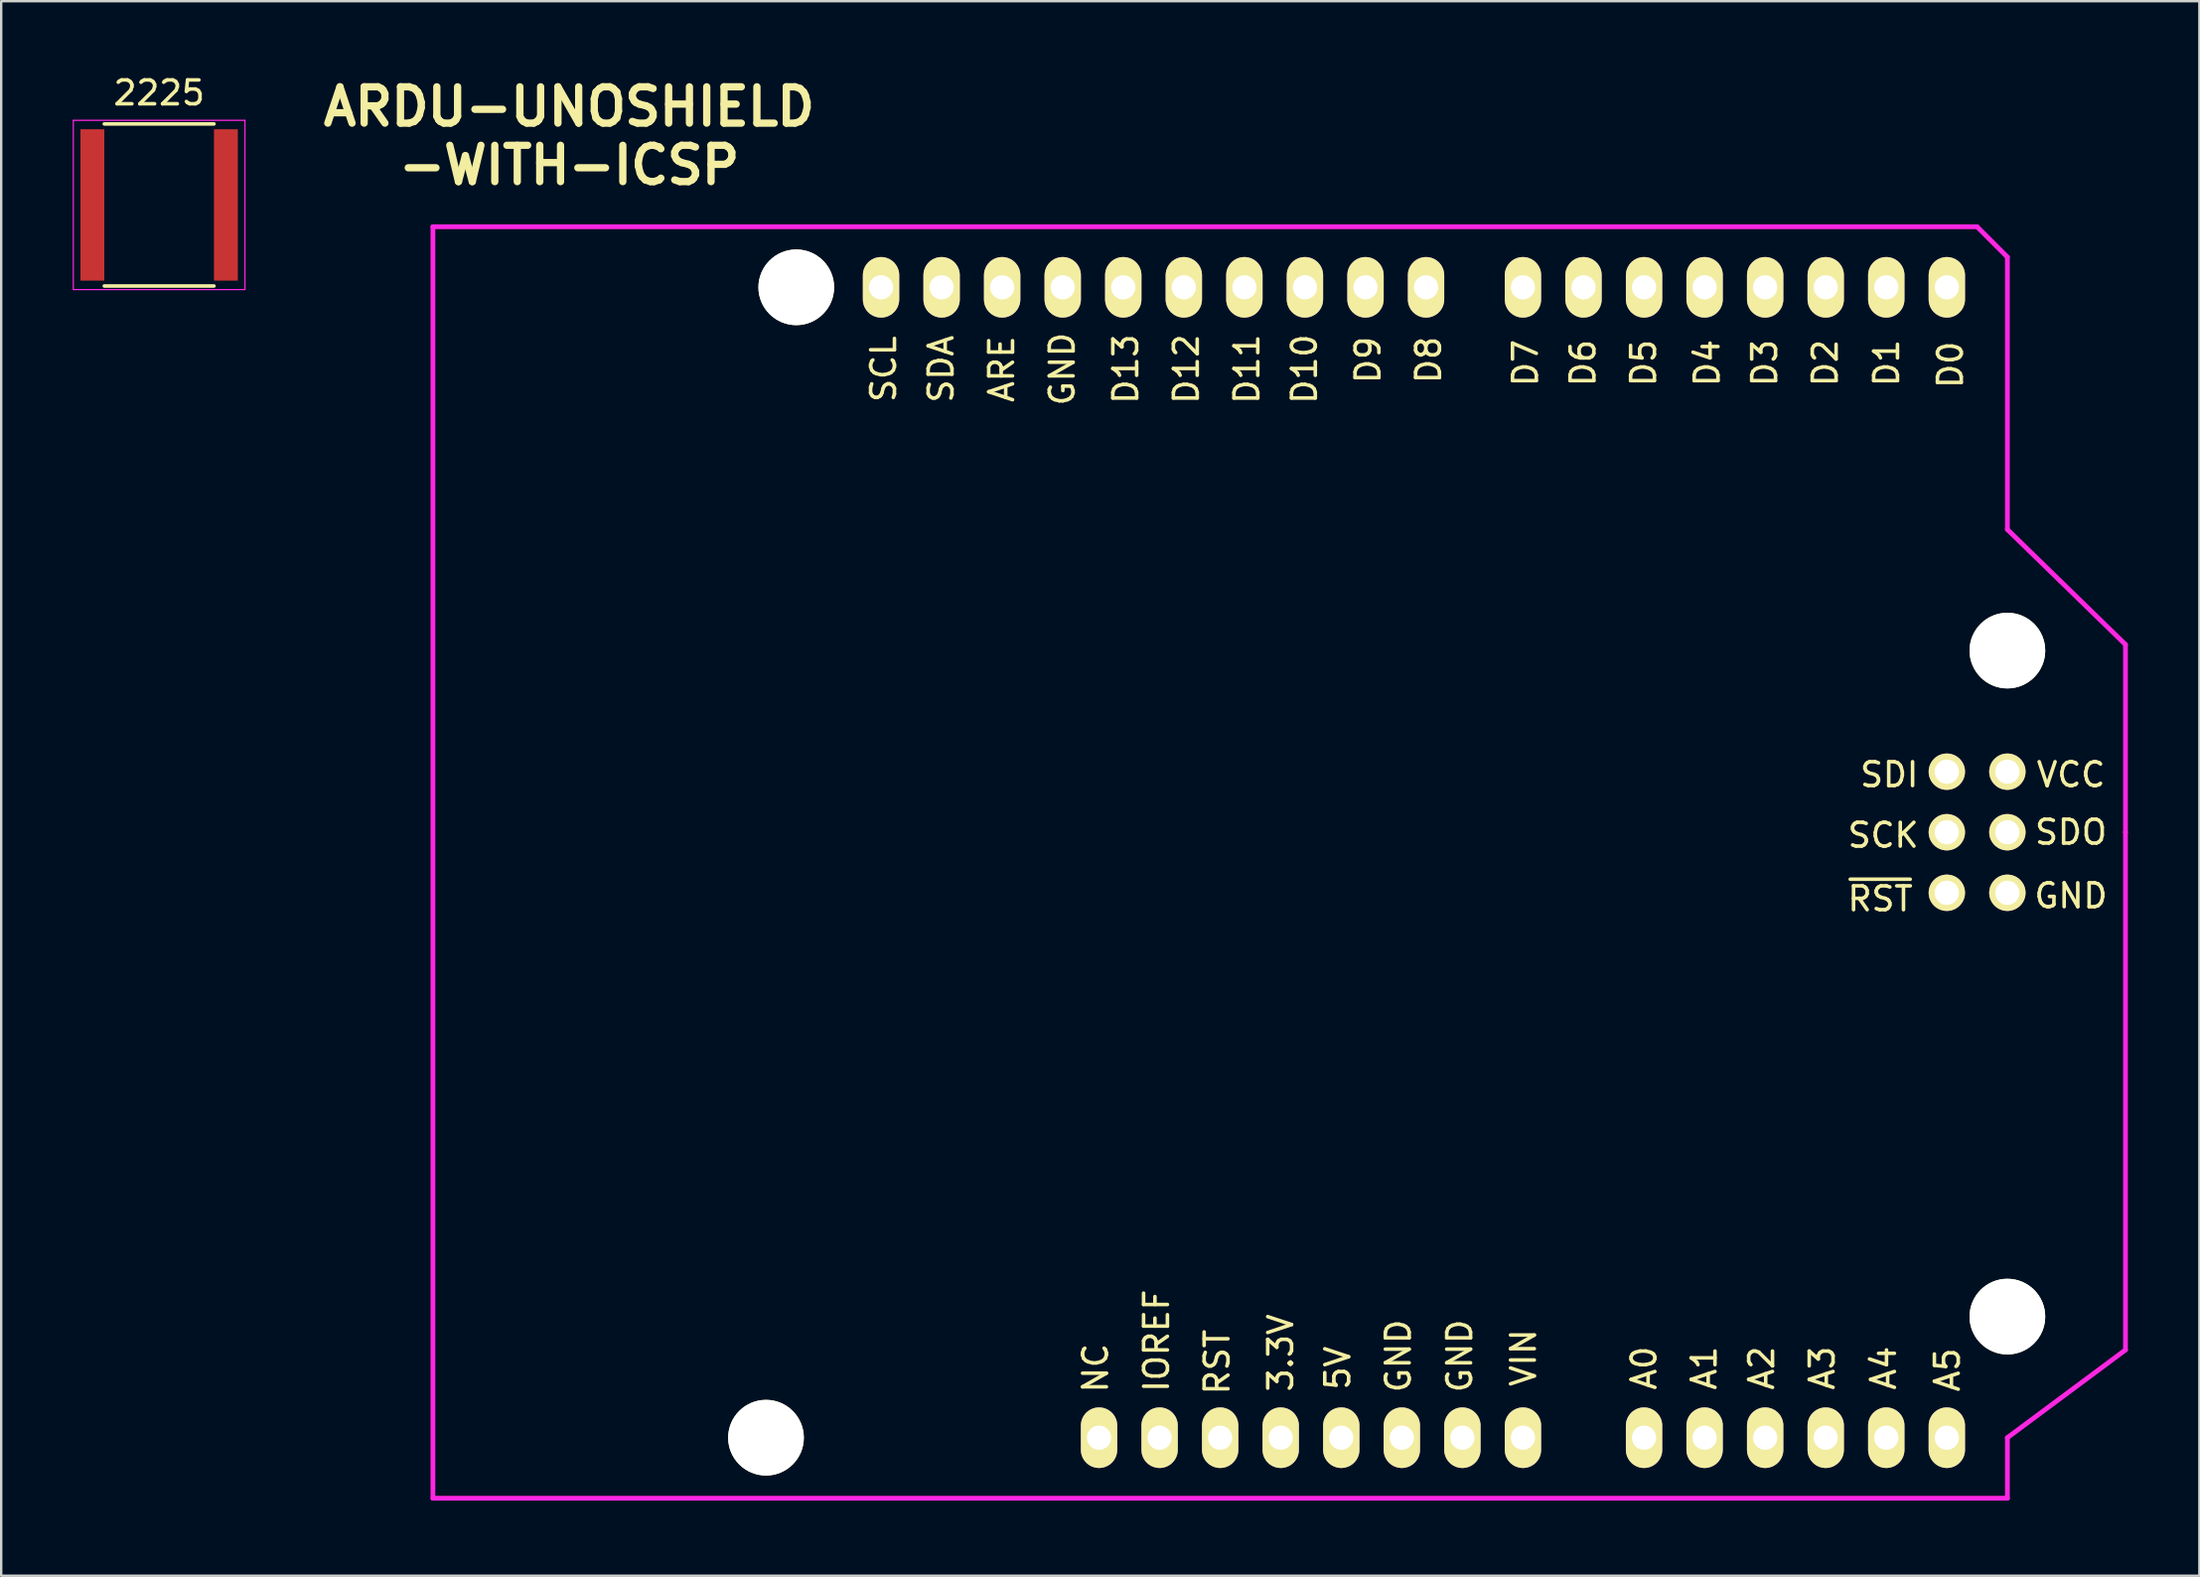
<source format=kicad_pcb>
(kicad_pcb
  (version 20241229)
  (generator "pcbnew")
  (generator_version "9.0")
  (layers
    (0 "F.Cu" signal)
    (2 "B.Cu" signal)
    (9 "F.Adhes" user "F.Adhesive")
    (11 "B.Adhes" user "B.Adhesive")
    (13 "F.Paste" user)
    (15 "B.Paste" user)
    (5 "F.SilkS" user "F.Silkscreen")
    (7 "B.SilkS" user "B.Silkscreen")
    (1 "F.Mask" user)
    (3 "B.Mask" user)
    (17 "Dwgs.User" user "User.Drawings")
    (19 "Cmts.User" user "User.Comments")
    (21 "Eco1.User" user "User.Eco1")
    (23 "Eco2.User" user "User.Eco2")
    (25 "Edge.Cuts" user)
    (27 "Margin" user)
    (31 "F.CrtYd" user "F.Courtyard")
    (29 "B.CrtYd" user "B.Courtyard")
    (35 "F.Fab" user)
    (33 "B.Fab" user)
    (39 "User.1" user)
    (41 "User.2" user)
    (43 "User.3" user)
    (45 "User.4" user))
  (footprint "2225"
    (layer "F.Cu")
    (at 3.625 5.548)
    (property "Reference" "2225" (at 0 -4.7 0) (layer "F.SilkS") (effects (font (size 1 1) (thickness 0.15))))
    (attr smd)
    (fp_line (start -2.3 3.4) (end 2.3 3.4) (stroke (width 0.15) (type solid)) (layer "F.SilkS"))
    (fp_line (start 2.3 -3.4) (end -2.3 -3.4) (stroke (width 0.15) (type solid)) (layer "F.SilkS"))
    (fp_line (start -3.6 -3.55) (end -3.6 3.55) (stroke (width 0.05) (type solid)) (layer "F.CrtYd"))
    (fp_line (start -3.6 -3.55) (end 3.6 -3.55) (stroke (width 0.05) (type solid)) (layer "F.CrtYd"))
    (fp_line (start -3.6 3.55) (end 3.6 3.55) (stroke (width 0.05) (type solid)) (layer "F.CrtYd"))
    (fp_line (start 3.6 -3.55) (end 3.6 3.55) (stroke (width 0.05) (type solid)) (layer "F.CrtYd"))
    (pad "1" smd rect (at -2.8 0) (size 1 6.35) (layers "F.Cu" "F.Mask" "F.Paste"))
    (pad "2" smd rect (at 2.8 0) (size 1 6.35) (layers "F.Cu" "F.Mask" "F.Paste")))
  (footprint "ARDU-UNOSHIELD\n-WITH-ICSP"
    (layer "F.Cu")
    (at 15.109 59.803)
    (property "Reference" "ARDU-UNOSHIELD\n-WITH-ICSP" (at 5.715 -57.15 0) (layer "F.SilkS") (effects (font (size 1.524 1.524) (thickness 0.305))))
    (attr through_hole)
    (fp_line (start 0 0) (end 0 -53.34) (stroke (width 0.2) (type solid)) (layer "F.CrtYd"))
    (fp_line (start 0 0) (end 66.04 0) (stroke (width 0.2) (type solid)) (layer "F.CrtYd"))
    (fp_line (start 64.77 -53.34) (end 0 -53.34) (stroke (width 0.2) (type solid)) (layer "F.CrtYd"))
    (fp_line (start 66.04 -52.07) (end 64.77 -53.34) (stroke (width 0.2) (type solid)) (layer "F.CrtYd"))
    (fp_line (start 66.04 -40.64) (end 66.04 -52.07) (stroke (width 0.2) (type solid)) (layer "F.CrtYd"))
    (fp_line (start 66.04 -40.64) (end 70.993 -35.814) (stroke (width 0.2) (type solid)) (layer "F.CrtYd"))
    (fp_line (start 66.04 -2.54) (end 66.04 0) (stroke (width 0.2) (type solid)) (layer "F.CrtYd"))
    (fp_line (start 66.04 -2.54) (end 70.993 -6.223) (stroke (width 0.2) (type solid)) (layer "F.CrtYd"))
    (fp_line (start 70.993 -35.814) (end 70.993 -27.94) (stroke (width 0.2) (type solid)) (layer "F.CrtYd"))
    (fp_line (start 70.993 -27.94) (end 70.993 -6.223) (stroke (width 0.2) (type solid)) (layer "F.CrtYd"))
    (fp_text user "VIN" (at 45.743 -5.894 90) (layer "F.SilkS") (effects (font (size 1 1) (thickness 0.15))))
    (fp_text user "D5" (at 50.78 -47.625 90) (layer "F.SilkS") (effects (font (size 1 1) (thickness 0.15))))
    (fp_text user "RST" (at 32.893 -5.715 90) (layer "F.SilkS") (effects (font (size 1 1) (thickness 0.15))))
    (fp_text user "3.3V" (at 35.56 -6.096 90) (layer "F.SilkS") (effects (font (size 1 1) (thickness 0.15))))
    (fp_text user "VCC" (at 68.707 -30.353 0) (layer "F.SilkS") (effects (font (size 1 1) (thickness 0.15))))
    (fp_text user "SDI" (at 61.087 -30.353 0) (layer "F.SilkS") (effects (font (size 1 1) (thickness 0.15))))
    (fp_text user "SDO" (at 68.707 -27.94 0) (layer "F.SilkS") (effects (font (size 1 1) (thickness 0.15))))
    (fp_text user "GND" (at 68.707 -25.273 0) (layer "F.SilkS") (effects (font (size 1 1) (thickness 0.15))))
    (fp_text user "D0" (at 63.65 -47.55 90) (layer "F.SilkS") (effects (font (size 1 1) (thickness 0.15))))
    (fp_text user "SCK" (at 60.833 -27.813 0) (layer "F.SilkS") (effects (font (size 1 1) (thickness 0.15))))
    (fp_text user "A5" (at 63.523 -5.386 90) (layer "F.SilkS") (effects (font (size 1 1) (thickness 0.15))))
    (fp_text user "GND" (at 26.396 -47.371 90) (layer "F.SilkS") (effects (font (size 1 1) (thickness 0.15))))
    (fp_text user "D10" (at 36.556 -47.371 90) (layer "F.SilkS") (effects (font (size 1 1) (thickness 0.15))))
    (fp_text user "A0" (at 50.8 -5.461 90) (layer "F.SilkS") (effects (font (size 1 1) (thickness 0.15))))
    (fp_text user "D13" (at 29.063 -47.371 90) (layer "F.SilkS") (effects (font (size 1 1) (thickness 0.15))))
    (fp_text user "D11" (at 34.143 -47.371 90) (layer "F.SilkS") (effects (font (size 1 1) (thickness 0.15))))
    (fp_text user "D12" (at 31.603 -47.371 90) (layer "F.SilkS") (effects (font (size 1 1) (thickness 0.15))))
    (fp_text user "A4" (at 60.848 -5.461 90) (layer "F.SilkS") (effects (font (size 1 1) (thickness 0.15))))
    (fp_text user "A2" (at 55.733 -5.461 90) (layer "F.SilkS") (effects (font (size 1 1) (thickness 0.15))))
    (fp_text user "D9" (at 39.223 -47.752 90) (layer "F.SilkS") (effects (font (size 1 1) (thickness 0.15))))
    (fp_text user "NC" (at 27.793 -5.461 90) (layer "F.SilkS") (effects (font (size 1 1) (thickness 0.15))))
    (fp_text user "D3" (at 55.86 -47.625 90) (layer "F.SilkS") (effects (font (size 1 1) (thickness 0.15))))
    (fp_text user "D8" (at 41.763 -47.752 90) (layer "F.SilkS") (effects (font (size 1 1) (thickness 0.15))))
    (fp_text user "IOREF" (at 30.353 -6.604 90) (layer "F.SilkS") (effects (font (size 1 1) (thickness 0.15))))
    (fp_text user "5V" (at 37.953 -5.461 90) (layer "F.SilkS") (effects (font (size 1 1) (thickness 0.15))))
    (fp_text user "~{RST}" (at 60.706 -25.146 0) (layer "F.SilkS") (effects (font (size 1 1) (thickness 0.15))))
    (fp_text user "ARE" (at 23.856 -47.371 90) (layer "F.SilkS") (effects (font (size 1 1) (thickness 0.15))))
    (fp_text user "D6" (at 48.24 -47.625 90) (layer "F.SilkS") (effects (font (size 1 1) (thickness 0.15))))
    (fp_text user "GND" (at 40.493 -5.969 90) (layer "F.SilkS") (effects (font (size 1 1) (thickness 0.15))))
    (fp_text user "SCL" (at 18.903 -47.371 90) (layer "F.SilkS") (effects (font (size 1 1) (thickness 0.15))))
    (fp_text user "D7" (at 45.827 -47.625 90) (layer "F.SilkS") (effects (font (size 1 1) (thickness 0.15))))
    (fp_text user "GND" (at 43.068 -5.969 90) (layer "F.SilkS") (effects (font (size 1 1) (thickness 0.15))))
    (fp_text user "D4" (at 53.447 -47.625 90) (layer "F.SilkS") (effects (font (size 1 1) (thickness 0.15))))
    (fp_text user "SDA" (at 21.316 -47.371 90) (layer "F.SilkS") (effects (font (size 1 1) (thickness 0.15))))
    (fp_text user "D2" (at 58.4 -47.625 90) (layer "F.SilkS") (effects (font (size 1 1) (thickness 0.15))))
    (fp_text user "A3" (at 58.273 -5.461 90) (layer "F.SilkS") (effects (font (size 1 1) (thickness 0.15))))
    (fp_text user "D1" (at 60.975 -47.625 90) (layer "F.SilkS") (effects (font (size 1 1) (thickness 0.15))))
    (fp_text user "A1" (at 53.32 -5.461 90) (layer "F.SilkS") (effects (font (size 1 1) (thickness 0.15))))
    (pad "" np_thru_hole circle (at 13.97 -2.54 90) (size 3.175 3.175) (drill 3.175) (layers "*.Cu" "*.Mask" "F.SilkS"))
    (pad "" np_thru_hole circle (at 15.24 -50.8 90) (size 3.175 3.175) (drill 3.175) (layers "*.Cu" "*.Mask" "F.SilkS"))
    (pad "" np_thru_hole circle (at 66.04 -35.56 90) (size 3.175 3.175) (drill 3.175) (layers "*.Cu" "*.Mask" "F.SilkS"))
    (pad "" np_thru_hole circle (at 66.04 -7.62 90) (size 3.175 3.175) (drill 3.175) (layers "*.Cu" "*.Mask" "F.SilkS"))
    (pad "3V3" thru_hole oval (at 35.56 -2.54 90) (size 2.54 1.524) (drill 1.016) (layers "*.Cu" "*.Mask" "F.SilkS"))
    (pad "5V" thru_hole oval (at 38.1 -2.54 90) (size 2.54 1.524) (drill 1.016) (layers "*.Cu" "*.Mask" "F.SilkS"))
    (pad "A0" thru_hole oval (at 50.8 -2.54 90) (size 2.54 1.524) (drill 1.016) (layers "*.Cu" "*.Mask" "F.SilkS"))
    (pad "A1" thru_hole oval (at 53.34 -2.54 90) (size 2.54 1.524) (drill 1.016) (layers "*.Cu" "*.Mask" "F.SilkS"))
    (pad "A2" thru_hole oval (at 55.88 -2.54 90) (size 2.54 1.524) (drill 1.016) (layers "*.Cu" "*.Mask" "F.SilkS"))
    (pad "A3" thru_hole oval (at 58.42 -2.54 90) (size 2.54 1.524) (drill 1.016) (layers "*.Cu" "*.Mask" "F.SilkS"))
    (pad "A4" thru_hole oval (at 60.96 -2.54 90) (size 2.54 1.524) (drill 1.016) (layers "*.Cu" "*.Mask" "F.SilkS"))
    (pad "A5" thru_hole oval (at 63.5 -2.54 90) (size 2.54 1.524) (drill 1.016) (layers "*.Cu" "*.Mask" "F.SilkS"))
    (pad "AREF" thru_hole oval (at 23.876 -50.8 90) (size 2.54 1.524) (drill 1.016) (layers "*.Cu" "*.Mask" "F.SilkS"))
    (pad "D0" thru_hole oval (at 63.5 -50.8 90) (size 2.54 1.524) (drill 1.016) (layers "*.Cu" "*.Mask" "F.SilkS"))
    (pad "D1" thru_hole oval (at 60.96 -50.8 90) (size 2.54 1.524) (drill 1.016) (layers "*.Cu" "*.Mask" "F.SilkS"))
    (pad "D2" thru_hole oval (at 58.42 -50.8 90) (size 2.54 1.524) (drill 1.016) (layers "*.Cu" "*.Mask" "F.SilkS"))
    (pad "D3" thru_hole oval (at 55.88 -50.8 90) (size 2.54 1.524) (drill 1.016) (layers "*.Cu" "*.Mask" "F.SilkS"))
    (pad "D4" thru_hole oval (at 53.34 -50.8 90) (size 2.54 1.524) (drill 1.016) (layers "*.Cu" "*.Mask" "F.SilkS"))
    (pad "D5" thru_hole oval (at 50.8 -50.8 90) (size 2.54 1.524) (drill 1.016) (layers "*.Cu" "*.Mask" "F.SilkS"))
    (pad "D6" thru_hole oval (at 48.26 -50.8 90) (size 2.54 1.524) (drill 1.016) (layers "*.Cu" "*.Mask" "F.SilkS"))
    (pad "D7" thru_hole oval (at 45.72 -50.8 90) (size 2.54 1.524) (drill 1.016) (layers "*.Cu" "*.Mask" "F.SilkS"))
    (pad "D8" thru_hole oval (at 41.656 -50.8 90) (size 2.54 1.524) (drill 1.016) (layers "*.Cu" "*.Mask" "F.SilkS"))
    (pad "D9" thru_hole oval (at 39.116 -50.8 90) (size 2.54 1.524) (drill 1.016) (layers "*.Cu" "*.Mask" "F.SilkS"))
    (pad "D10" thru_hole oval (at 36.576 -50.8 90) (size 2.54 1.524) (drill 1.016) (layers "*.Cu" "*.Mask" "F.SilkS"))
    (pad "D11" thru_hole oval (at 34.036 -50.8 90) (size 2.54 1.524) (drill 1.016) (layers "*.Cu" "*.Mask" "F.SilkS"))
    (pad "D12" thru_hole oval (at 31.496 -50.8 90) (size 2.54 1.524) (drill 1.016) (layers "*.Cu" "*.Mask" "F.SilkS"))
    (pad "D13" thru_hole oval (at 28.956 -50.8 90) (size 2.54 1.524) (drill 1.016) (layers "*.Cu" "*.Mask" "F.SilkS"))
    (pad "GND1" thru_hole oval (at 40.64 -2.54 90) (size 2.54 1.524) (drill 1.016) (layers "*.Cu" "*.Mask" "F.SilkS"))
    (pad "GND2" thru_hole oval (at 43.18 -2.54 90) (size 2.54 1.524) (drill 1.016) (layers "*.Cu" "*.Mask" "F.SilkS"))
    (pad "GND3" thru_hole oval (at 26.416 -50.8 90) (size 2.54 1.524) (drill 1.016) (layers "*.Cu" "*.Mask" "F.SilkS"))
    (pad "IO" thru_hole oval (at 30.48 -2.54 90) (size 2.54 1.524) (drill 1.016) (layers "*.Cu" "*.Mask" "F.SilkS"))
    (pad "NC" thru_hole oval (at 27.94 -2.54 90) (size 2.54 1.524) (drill 1.016) (layers "*.Cu" "*.Mask" "F.SilkS"))
    (pad "RST" thru_hole oval (at 33.02 -2.54 90) (size 2.54 1.524) (drill 1.016) (layers "*.Cu" "*.Mask" "F.SilkS"))
    (pad "SCL" thru_hole oval (at 18.796 -50.8 90) (size 2.54 1.524) (drill 1.016) (layers "*.Cu" "*.Mask" "F.SilkS"))
    (pad "SDA" thru_hole oval (at 21.336 -50.8 90) (size 2.54 1.524) (drill 1.016) (layers "*.Cu" "*.Mask" "F.SilkS"))
    (pad "SP1" thru_hole circle (at 63.5 -30.48 90) (size 1.524 1.524) (drill 1.016) (layers "*.Cu" "*.Mask" "F.SilkS"))
    (pad "SP2" thru_hole circle (at 66.04 -30.48 90) (size 1.524 1.524) (drill 1.016) (layers "*.Cu" "*.Mask" "F.SilkS"))
    (pad "SP3" thru_hole circle (at 63.5 -27.94 90) (size 1.524 1.524) (drill 1.016) (layers "*.Cu" "*.Mask" "F.SilkS"))
    (pad "SP4" thru_hole circle (at 66.04 -27.94 90) (size 1.524 1.524) (drill 1.016) (layers "*.Cu" "*.Mask" "F.SilkS"))
    (pad "SP5" thru_hole circle (at 63.5 -25.4 90) (size 1.524 1.524) (drill 1.016) (layers "*.Cu" "*.Mask" "F.SilkS"))
    (pad "SP6" thru_hole circle (at 66.04 -25.4 90) (size 1.524 1.524) (drill 1.016) (layers "*.Cu" "*.Mask" "F.SilkS"))
    (pad "VIN" thru_hole oval (at 45.72 -2.54 90) (size 2.54 1.524) (drill 1.016) (layers "*.Cu" "*.Mask" "F.SilkS")))
  (gr_rect
    (start -3 -3)
    (end 89.202 63.053)
    (stroke (width 0.1) (type default))
    (fill no)
    (layer "Edge.Cuts")))
</source>
